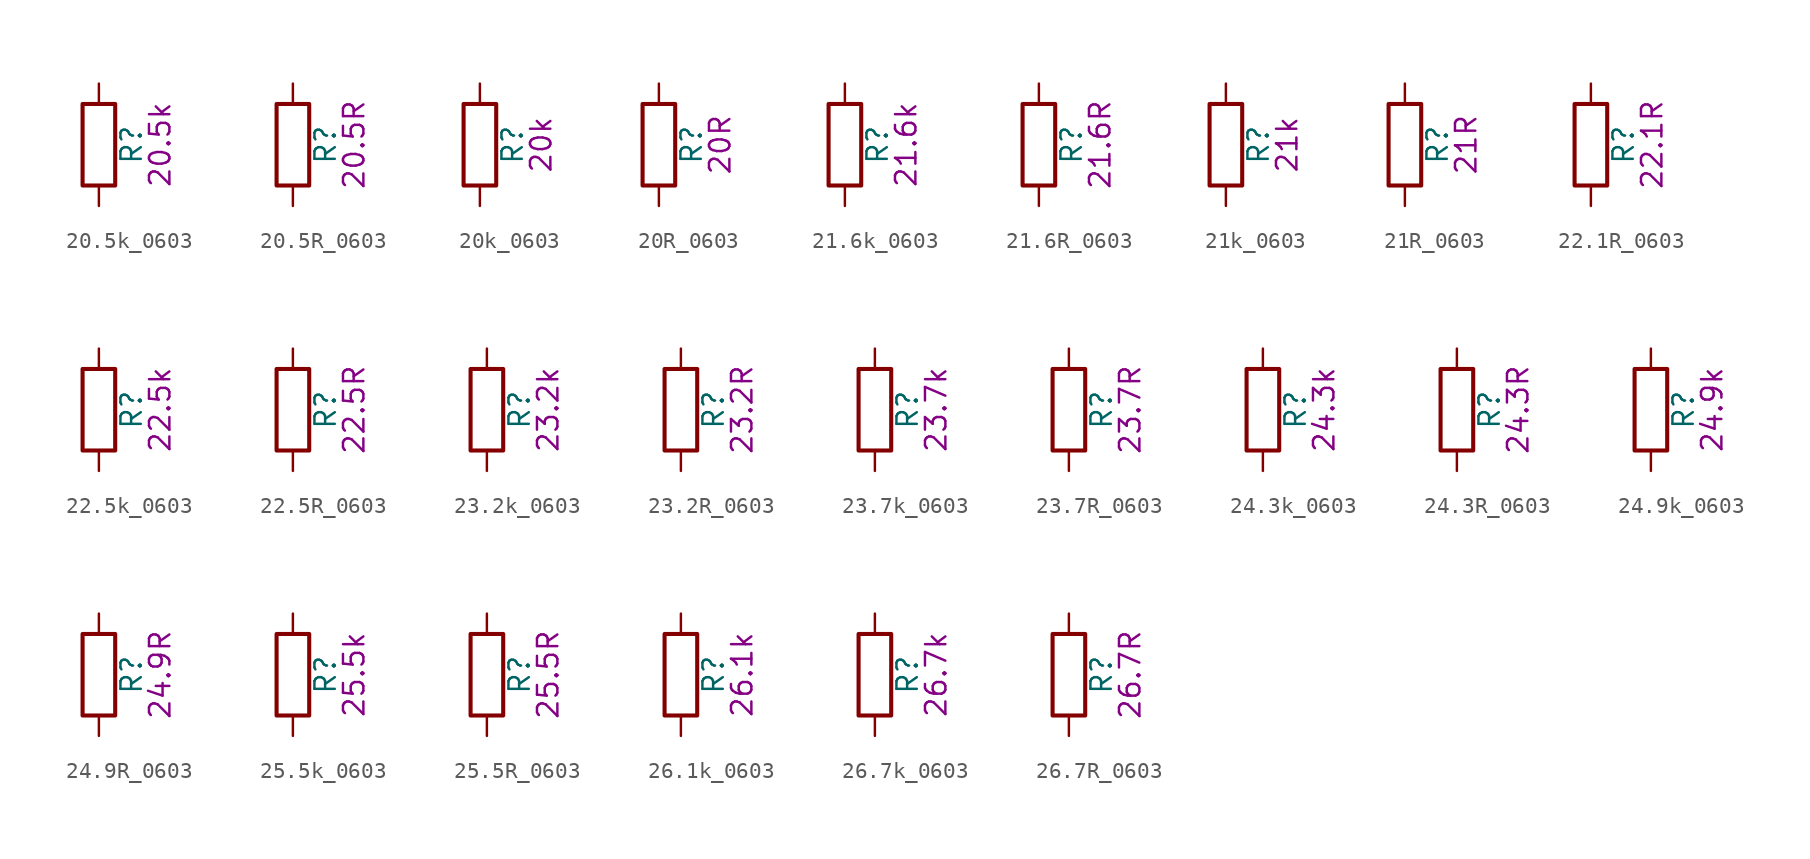
<source format=kicad_sym>
(kicad_symbol_lib
  (version 20211014)
  (generator kicad_symbol_editor)
  (symbol "20.5k_0603"
    (pin_numbers hide)
    (pin_names
      (offset 0))
    (property "Reference" "R"
      (at 2.032 0 90)
      (effects (font (size 1.27 1.27))))
    (property "Display" "20.5k"
      (at 3.81 0 90)
      (effects (font (size 1.27 1.27))))
    (symbol "20.5k_0603_0_1"
      (rectangle (start -1.016 -2.54) (end 1.016 2.54) (stroke (width 0.254) (type default) (color 0 0 0 0)) (fill (type none))))
    (symbol "20.5k_0603_1_1"
      (pin passive line (at 0 3.81 270) (length 1.27) (name "~" (effects (font (size 1.27 1.27)))) (number "1" (effects (font (size 1.27 1.27)))))
      (pin passive line (at 0 -3.81 90) (length 1.27) (name "~" (effects (font (size 1.27 1.27)))) (number "2" (effects (font (size 1.27 1.27)))))))
  (symbol "20.5R_0603"
    (pin_numbers hide)
    (pin_names
      (offset 0))
    (property "Reference" "R"
      (at 2.032 0 90)
      (effects (font (size 1.27 1.27))))
    (property "Display" "20.5R"
      (at 3.81 0 90)
      (effects (font (size 1.27 1.27))))
    (symbol "20.5R_0603_0_1"
      (rectangle (start -1.016 -2.54) (end 1.016 2.54) (stroke (width 0.254) (type default) (color 0 0 0 0)) (fill (type none))))
    (symbol "20.5R_0603_1_1"
      (pin passive line (at 0 3.81 270) (length 1.27) (name "~" (effects (font (size 1.27 1.27)))) (number "1" (effects (font (size 1.27 1.27)))))
      (pin passive line (at 0 -3.81 90) (length 1.27) (name "~" (effects (font (size 1.27 1.27)))) (number "2" (effects (font (size 1.27 1.27)))))))
  (symbol "20k_0603"
    (pin_numbers hide)
    (pin_names
      (offset 0))
    (property "Reference" "R"
      (at 2.032 0 90)
      (effects (font (size 1.27 1.27))))
    (property "Display" "20k"
      (at 3.81 0 90)
      (effects (font (size 1.27 1.27))))
    (symbol "20k_0603_0_1"
      (rectangle (start -1.016 -2.54) (end 1.016 2.54) (stroke (width 0.254) (type default) (color 0 0 0 0)) (fill (type none))))
    (symbol "20k_0603_1_1"
      (pin passive line (at 0 3.81 270) (length 1.27) (name "~" (effects (font (size 1.27 1.27)))) (number "1" (effects (font (size 1.27 1.27)))))
      (pin passive line (at 0 -3.81 90) (length 1.27) (name "~" (effects (font (size 1.27 1.27)))) (number "2" (effects (font (size 1.27 1.27)))))))
  (symbol "20R_0603"
    (pin_numbers hide)
    (pin_names
      (offset 0))
    (property "Reference" "R"
      (at 2.032 0 90)
      (effects (font (size 1.27 1.27))))
    (property "Display" "20R"
      (at 3.81 0 90)
      (effects (font (size 1.27 1.27))))
    (symbol "20R_0603_0_1"
      (rectangle (start -1.016 -2.54) (end 1.016 2.54) (stroke (width 0.254) (type default) (color 0 0 0 0)) (fill (type none))))
    (symbol "20R_0603_1_1"
      (pin passive line (at 0 3.81 270) (length 1.27) (name "~" (effects (font (size 1.27 1.27)))) (number "1" (effects (font (size 1.27 1.27)))))
      (pin passive line (at 0 -3.81 90) (length 1.27) (name "~" (effects (font (size 1.27 1.27)))) (number "2" (effects (font (size 1.27 1.27)))))))
  (symbol "21.6k_0603"
    (pin_numbers hide)
    (pin_names
      (offset 0))
    (property "Reference" "R"
      (at 2.032 0 90)
      (effects (font (size 1.27 1.27))))
    (property "Display" "21.6k"
      (at 3.81 0 90)
      (effects (font (size 1.27 1.27))))
    (symbol "21.6k_0603_0_1"
      (rectangle (start -1.016 -2.54) (end 1.016 2.54) (stroke (width 0.254) (type default) (color 0 0 0 0)) (fill (type none))))
    (symbol "21.6k_0603_1_1"
      (pin passive line (at 0 3.81 270) (length 1.27) (name "~" (effects (font (size 1.27 1.27)))) (number "1" (effects (font (size 1.27 1.27)))))
      (pin passive line (at 0 -3.81 90) (length 1.27) (name "~" (effects (font (size 1.27 1.27)))) (number "2" (effects (font (size 1.27 1.27)))))))
  (symbol "21.6R_0603"
    (pin_numbers hide)
    (pin_names
      (offset 0))
    (property "Reference" "R"
      (at 2.032 0 90)
      (effects (font (size 1.27 1.27))))
    (property "Display" "21.6R"
      (at 3.81 0 90)
      (effects (font (size 1.27 1.27))))
    (symbol "21.6R_0603_0_1"
      (rectangle (start -1.016 -2.54) (end 1.016 2.54) (stroke (width 0.254) (type default) (color 0 0 0 0)) (fill (type none))))
    (symbol "21.6R_0603_1_1"
      (pin passive line (at 0 3.81 270) (length 1.27) (name "~" (effects (font (size 1.27 1.27)))) (number "1" (effects (font (size 1.27 1.27)))))
      (pin passive line (at 0 -3.81 90) (length 1.27) (name "~" (effects (font (size 1.27 1.27)))) (number "2" (effects (font (size 1.27 1.27)))))))
  (symbol "21k_0603"
    (pin_numbers hide)
    (pin_names
      (offset 0))
    (property "Reference" "R"
      (at 2.032 0 90)
      (effects (font (size 1.27 1.27))))
    (property "Display" "21k"
      (at 3.81 0 90)
      (effects (font (size 1.27 1.27))))
    (symbol "21k_0603_0_1"
      (rectangle (start -1.016 -2.54) (end 1.016 2.54) (stroke (width 0.254) (type default) (color 0 0 0 0)) (fill (type none))))
    (symbol "21k_0603_1_1"
      (pin passive line (at 0 3.81 270) (length 1.27) (name "~" (effects (font (size 1.27 1.27)))) (number "1" (effects (font (size 1.27 1.27)))))
      (pin passive line (at 0 -3.81 90) (length 1.27) (name "~" (effects (font (size 1.27 1.27)))) (number "2" (effects (font (size 1.27 1.27)))))))
  (symbol "21R_0603"
    (pin_numbers hide)
    (pin_names
      (offset 0))
    (property "Reference" "R"
      (at 2.032 0 90)
      (effects (font (size 1.27 1.27))))
    (property "Display" "21R"
      (at 3.81 0 90)
      (effects (font (size 1.27 1.27))))
    (symbol "21R_0603_0_1"
      (rectangle (start -1.016 -2.54) (end 1.016 2.54) (stroke (width 0.254) (type default) (color 0 0 0 0)) (fill (type none))))
    (symbol "21R_0603_1_1"
      (pin passive line (at 0 3.81 270) (length 1.27) (name "~" (effects (font (size 1.27 1.27)))) (number "1" (effects (font (size 1.27 1.27)))))
      (pin passive line (at 0 -3.81 90) (length 1.27) (name "~" (effects (font (size 1.27 1.27)))) (number "2" (effects (font (size 1.27 1.27)))))))
  (symbol "22.1R_0603"
    (pin_numbers hide)
    (pin_names
      (offset 0))
    (property "Reference" "R"
      (at 2.032 0 90)
      (effects (font (size 1.27 1.27))))
    (property "Display" "22.1R"
      (at 3.81 0 90)
      (effects (font (size 1.27 1.27))))
    (symbol "22.1R_0603_0_1"
      (rectangle (start -1.016 -2.54) (end 1.016 2.54) (stroke (width 0.254) (type default) (color 0 0 0 0)) (fill (type none))))
    (symbol "22.1R_0603_1_1"
      (pin passive line (at 0 3.81 270) (length 1.27) (name "~" (effects (font (size 1.27 1.27)))) (number "1" (effects (font (size 1.27 1.27)))))
      (pin passive line (at 0 -3.81 90) (length 1.27) (name "~" (effects (font (size 1.27 1.27)))) (number "2" (effects (font (size 1.27 1.27)))))))
  (symbol "22.5k_0603"
    (pin_numbers hide)
    (pin_names
      (offset 0))
    (property "Reference" "R"
      (at 2.032 0 90)
      (effects (font (size 1.27 1.27))))
    (property "Display" "22.5k"
      (at 3.81 0 90)
      (effects (font (size 1.27 1.27))))
    (symbol "22.5k_0603_0_1"
      (rectangle (start -1.016 -2.54) (end 1.016 2.54) (stroke (width 0.254) (type default) (color 0 0 0 0)) (fill (type none))))
    (symbol "22.5k_0603_1_1"
      (pin passive line (at 0 3.81 270) (length 1.27) (name "~" (effects (font (size 1.27 1.27)))) (number "1" (effects (font (size 1.27 1.27)))))
      (pin passive line (at 0 -3.81 90) (length 1.27) (name "~" (effects (font (size 1.27 1.27)))) (number "2" (effects (font (size 1.27 1.27)))))))
  (symbol "22.5R_0603"
    (pin_numbers hide)
    (pin_names
      (offset 0))
    (property "Reference" "R"
      (at 2.032 0 90)
      (effects (font (size 1.27 1.27))))
    (property "Display" "22.5R"
      (at 3.81 0 90)
      (effects (font (size 1.27 1.27))))
    (symbol "22.5R_0603_0_1"
      (rectangle (start -1.016 -2.54) (end 1.016 2.54) (stroke (width 0.254) (type default) (color 0 0 0 0)) (fill (type none))))
    (symbol "22.5R_0603_1_1"
      (pin passive line (at 0 3.81 270) (length 1.27) (name "~" (effects (font (size 1.27 1.27)))) (number "1" (effects (font (size 1.27 1.27)))))
      (pin passive line (at 0 -3.81 90) (length 1.27) (name "~" (effects (font (size 1.27 1.27)))) (number "2" (effects (font (size 1.27 1.27)))))))
  (symbol "23.2k_0603"
    (pin_numbers hide)
    (pin_names
      (offset 0))
    (property "Reference" "R"
      (at 2.032 0 90)
      (effects (font (size 1.27 1.27))))
    (property "Display" "23.2k"
      (at 3.81 0 90)
      (effects (font (size 1.27 1.27))))
    (symbol "23.2k_0603_0_1"
      (rectangle (start -1.016 -2.54) (end 1.016 2.54) (stroke (width 0.254) (type default) (color 0 0 0 0)) (fill (type none))))
    (symbol "23.2k_0603_1_1"
      (pin passive line (at 0 3.81 270) (length 1.27) (name "~" (effects (font (size 1.27 1.27)))) (number "1" (effects (font (size 1.27 1.27)))))
      (pin passive line (at 0 -3.81 90) (length 1.27) (name "~" (effects (font (size 1.27 1.27)))) (number "2" (effects (font (size 1.27 1.27)))))))
  (symbol "23.2R_0603"
    (pin_numbers hide)
    (pin_names
      (offset 0))
    (property "Reference" "R"
      (at 2.032 0 90)
      (effects (font (size 1.27 1.27))))
    (property "Display" "23.2R"
      (at 3.81 0 90)
      (effects (font (size 1.27 1.27))))
    (symbol "23.2R_0603_0_1"
      (rectangle (start -1.016 -2.54) (end 1.016 2.54) (stroke (width 0.254) (type default) (color 0 0 0 0)) (fill (type none))))
    (symbol "23.2R_0603_1_1"
      (pin passive line (at 0 3.81 270) (length 1.27) (name "~" (effects (font (size 1.27 1.27)))) (number "1" (effects (font (size 1.27 1.27)))))
      (pin passive line (at 0 -3.81 90) (length 1.27) (name "~" (effects (font (size 1.27 1.27)))) (number "2" (effects (font (size 1.27 1.27)))))))
  (symbol "23.7k_0603"
    (pin_numbers hide)
    (pin_names
      (offset 0))
    (property "Reference" "R"
      (at 2.032 0 90)
      (effects (font (size 1.27 1.27))))
    (property "Display" "23.7k"
      (at 3.81 0 90)
      (effects (font (size 1.27 1.27))))
    (symbol "23.7k_0603_0_1"
      (rectangle (start -1.016 -2.54) (end 1.016 2.54) (stroke (width 0.254) (type default) (color 0 0 0 0)) (fill (type none))))
    (symbol "23.7k_0603_1_1"
      (pin passive line (at 0 3.81 270) (length 1.27) (name "~" (effects (font (size 1.27 1.27)))) (number "1" (effects (font (size 1.27 1.27)))))
      (pin passive line (at 0 -3.81 90) (length 1.27) (name "~" (effects (font (size 1.27 1.27)))) (number "2" (effects (font (size 1.27 1.27)))))))
  (symbol "23.7R_0603"
    (pin_numbers hide)
    (pin_names
      (offset 0))
    (property "Reference" "R"
      (at 2.032 0 90)
      (effects (font (size 1.27 1.27))))
    (property "Display" "23.7R"
      (at 3.81 0 90)
      (effects (font (size 1.27 1.27))))
    (symbol "23.7R_0603_0_1"
      (rectangle (start -1.016 -2.54) (end 1.016 2.54) (stroke (width 0.254) (type default) (color 0 0 0 0)) (fill (type none))))
    (symbol "23.7R_0603_1_1"
      (pin passive line (at 0 3.81 270) (length 1.27) (name "~" (effects (font (size 1.27 1.27)))) (number "1" (effects (font (size 1.27 1.27)))))
      (pin passive line (at 0 -3.81 90) (length 1.27) (name "~" (effects (font (size 1.27 1.27)))) (number "2" (effects (font (size 1.27 1.27)))))))
  (symbol "24.3k_0603"
    (pin_numbers hide)
    (pin_names
      (offset 0))
    (property "Reference" "R"
      (at 2.032 0 90)
      (effects (font (size 1.27 1.27))))
    (property "Display" "24.3k"
      (at 3.81 0 90)
      (effects (font (size 1.27 1.27))))
    (symbol "24.3k_0603_0_1"
      (rectangle (start -1.016 -2.54) (end 1.016 2.54) (stroke (width 0.254) (type default) (color 0 0 0 0)) (fill (type none))))
    (symbol "24.3k_0603_1_1"
      (pin passive line (at 0 3.81 270) (length 1.27) (name "~" (effects (font (size 1.27 1.27)))) (number "1" (effects (font (size 1.27 1.27)))))
      (pin passive line (at 0 -3.81 90) (length 1.27) (name "~" (effects (font (size 1.27 1.27)))) (number "2" (effects (font (size 1.27 1.27)))))))
  (symbol "24.3R_0603"
    (pin_numbers hide)
    (pin_names
      (offset 0))
    (property "Reference" "R"
      (at 2.032 0 90)
      (effects (font (size 1.27 1.27))))
    (property "Display" "24.3R"
      (at 3.81 0 90)
      (effects (font (size 1.27 1.27))))
    (symbol "24.3R_0603_0_1"
      (rectangle (start -1.016 -2.54) (end 1.016 2.54) (stroke (width 0.254) (type default) (color 0 0 0 0)) (fill (type none))))
    (symbol "24.3R_0603_1_1"
      (pin passive line (at 0 3.81 270) (length 1.27) (name "~" (effects (font (size 1.27 1.27)))) (number "1" (effects (font (size 1.27 1.27)))))
      (pin passive line (at 0 -3.81 90) (length 1.27) (name "~" (effects (font (size 1.27 1.27)))) (number "2" (effects (font (size 1.27 1.27)))))))
  (symbol "24.9k_0603"
    (pin_numbers hide)
    (pin_names
      (offset 0))
    (property "Reference" "R"
      (at 2.032 0 90)
      (effects (font (size 1.27 1.27))))
    (property "Display" "24.9k"
      (at 3.81 0 90)
      (effects (font (size 1.27 1.27))))
    (symbol "24.9k_0603_0_1"
      (rectangle (start -1.016 -2.54) (end 1.016 2.54) (stroke (width 0.254) (type default) (color 0 0 0 0)) (fill (type none))))
    (symbol "24.9k_0603_1_1"
      (pin passive line (at 0 3.81 270) (length 1.27) (name "~" (effects (font (size 1.27 1.27)))) (number "1" (effects (font (size 1.27 1.27)))))
      (pin passive line (at 0 -3.81 90) (length 1.27) (name "~" (effects (font (size 1.27 1.27)))) (number "2" (effects (font (size 1.27 1.27)))))))
  (symbol "24.9R_0603"
    (pin_numbers hide)
    (pin_names
      (offset 0))
    (property "Reference" "R"
      (at 2.032 0 90)
      (effects (font (size 1.27 1.27))))
    (property "Display" "24.9R"
      (at 3.81 0 90)
      (effects (font (size 1.27 1.27))))
    (symbol "24.9R_0603_0_1"
      (rectangle (start -1.016 -2.54) (end 1.016 2.54) (stroke (width 0.254) (type default) (color 0 0 0 0)) (fill (type none))))
    (symbol "24.9R_0603_1_1"
      (pin passive line (at 0 3.81 270) (length 1.27) (name "~" (effects (font (size 1.27 1.27)))) (number "1" (effects (font (size 1.27 1.27)))))
      (pin passive line (at 0 -3.81 90) (length 1.27) (name "~" (effects (font (size 1.27 1.27)))) (number "2" (effects (font (size 1.27 1.27)))))))
  (symbol "25.5k_0603"
    (pin_numbers hide)
    (pin_names
      (offset 0))
    (property "Reference" "R"
      (at 2.032 0 90)
      (effects (font (size 1.27 1.27))))
    (property "Display" "25.5k"
      (at 3.81 0 90)
      (effects (font (size 1.27 1.27))))
    (symbol "25.5k_0603_0_1"
      (rectangle (start -1.016 -2.54) (end 1.016 2.54) (stroke (width 0.254) (type default) (color 0 0 0 0)) (fill (type none))))
    (symbol "25.5k_0603_1_1"
      (pin passive line (at 0 3.81 270) (length 1.27) (name "~" (effects (font (size 1.27 1.27)))) (number "1" (effects (font (size 1.27 1.27)))))
      (pin passive line (at 0 -3.81 90) (length 1.27) (name "~" (effects (font (size 1.27 1.27)))) (number "2" (effects (font (size 1.27 1.27)))))))
  (symbol "25.5R_0603"
    (pin_numbers hide)
    (pin_names
      (offset 0))
    (property "Reference" "R"
      (at 2.032 0 90)
      (effects (font (size 1.27 1.27))))
    (property "Display" "25.5R"
      (at 3.81 0 90)
      (effects (font (size 1.27 1.27))))
    (symbol "25.5R_0603_0_1"
      (rectangle (start -1.016 -2.54) (end 1.016 2.54) (stroke (width 0.254) (type default) (color 0 0 0 0)) (fill (type none))))
    (symbol "25.5R_0603_1_1"
      (pin passive line (at 0 3.81 270) (length 1.27) (name "~" (effects (font (size 1.27 1.27)))) (number "1" (effects (font (size 1.27 1.27)))))
      (pin passive line (at 0 -3.81 90) (length 1.27) (name "~" (effects (font (size 1.27 1.27)))) (number "2" (effects (font (size 1.27 1.27)))))))
  (symbol "26.1k_0603"
    (pin_numbers hide)
    (pin_names
      (offset 0))
    (property "Reference" "R"
      (at 2.032 0 90)
      (effects (font (size 1.27 1.27))))
    (property "Display" "26.1k"
      (at 3.81 0 90)
      (effects (font (size 1.27 1.27))))
    (symbol "26.1k_0603_0_1"
      (rectangle (start -1.016 -2.54) (end 1.016 2.54) (stroke (width 0.254) (type default) (color 0 0 0 0)) (fill (type none))))
    (symbol "26.1k_0603_1_1"
      (pin passive line (at 0 3.81 270) (length 1.27) (name "~" (effects (font (size 1.27 1.27)))) (number "1" (effects (font (size 1.27 1.27)))))
      (pin passive line (at 0 -3.81 90) (length 1.27) (name "~" (effects (font (size 1.27 1.27)))) (number "2" (effects (font (size 1.27 1.27)))))))
  (symbol "26.7k_0603"
    (pin_numbers hide)
    (pin_names
      (offset 0))
    (property "Reference" "R"
      (at 2.032 0 90)
      (effects (font (size 1.27 1.27))))
    (property "Display" "26.7k"
      (at 3.81 0 90)
      (effects (font (size 1.27 1.27))))
    (symbol "26.7k_0603_0_1"
      (rectangle (start -1.016 -2.54) (end 1.016 2.54) (stroke (width 0.254) (type default) (color 0 0 0 0)) (fill (type none))))
    (symbol "26.7k_0603_1_1"
      (pin passive line (at 0 3.81 270) (length 1.27) (name "~" (effects (font (size 1.27 1.27)))) (number "1" (effects (font (size 1.27 1.27)))))
      (pin passive line (at 0 -3.81 90) (length 1.27) (name "~" (effects (font (size 1.27 1.27)))) (number "2" (effects (font (size 1.27 1.27)))))))
  (symbol "26.7R_0603"
    (pin_numbers hide)
    (pin_names
      (offset 0))
    (property "Reference" "R"
      (at 2.032 0 90)
      (effects (font (size 1.27 1.27))))
    (property "Display" "26.7R"
      (at 3.81 0 90)
      (effects (font (size 1.27 1.27))))
    (symbol "26.7R_0603_0_1"
      (rectangle (start -1.016 -2.54) (end 1.016 2.54) (stroke (width 0.254) (type default) (color 0 0 0 0)) (fill (type none))))
    (symbol "26.7R_0603_1_1"
      (pin passive line (at 0 3.81 270) (length 1.27) (name "~" (effects (font (size 1.27 1.27)))) (number "1" (effects (font (size 1.27 1.27)))))
      (pin passive line (at 0 -3.81 90) (length 1.27) (name "~" (effects (font (size 1.27 1.27)))) (number "2" (effects (font (size 1.27 1.27))))))))
</source>
